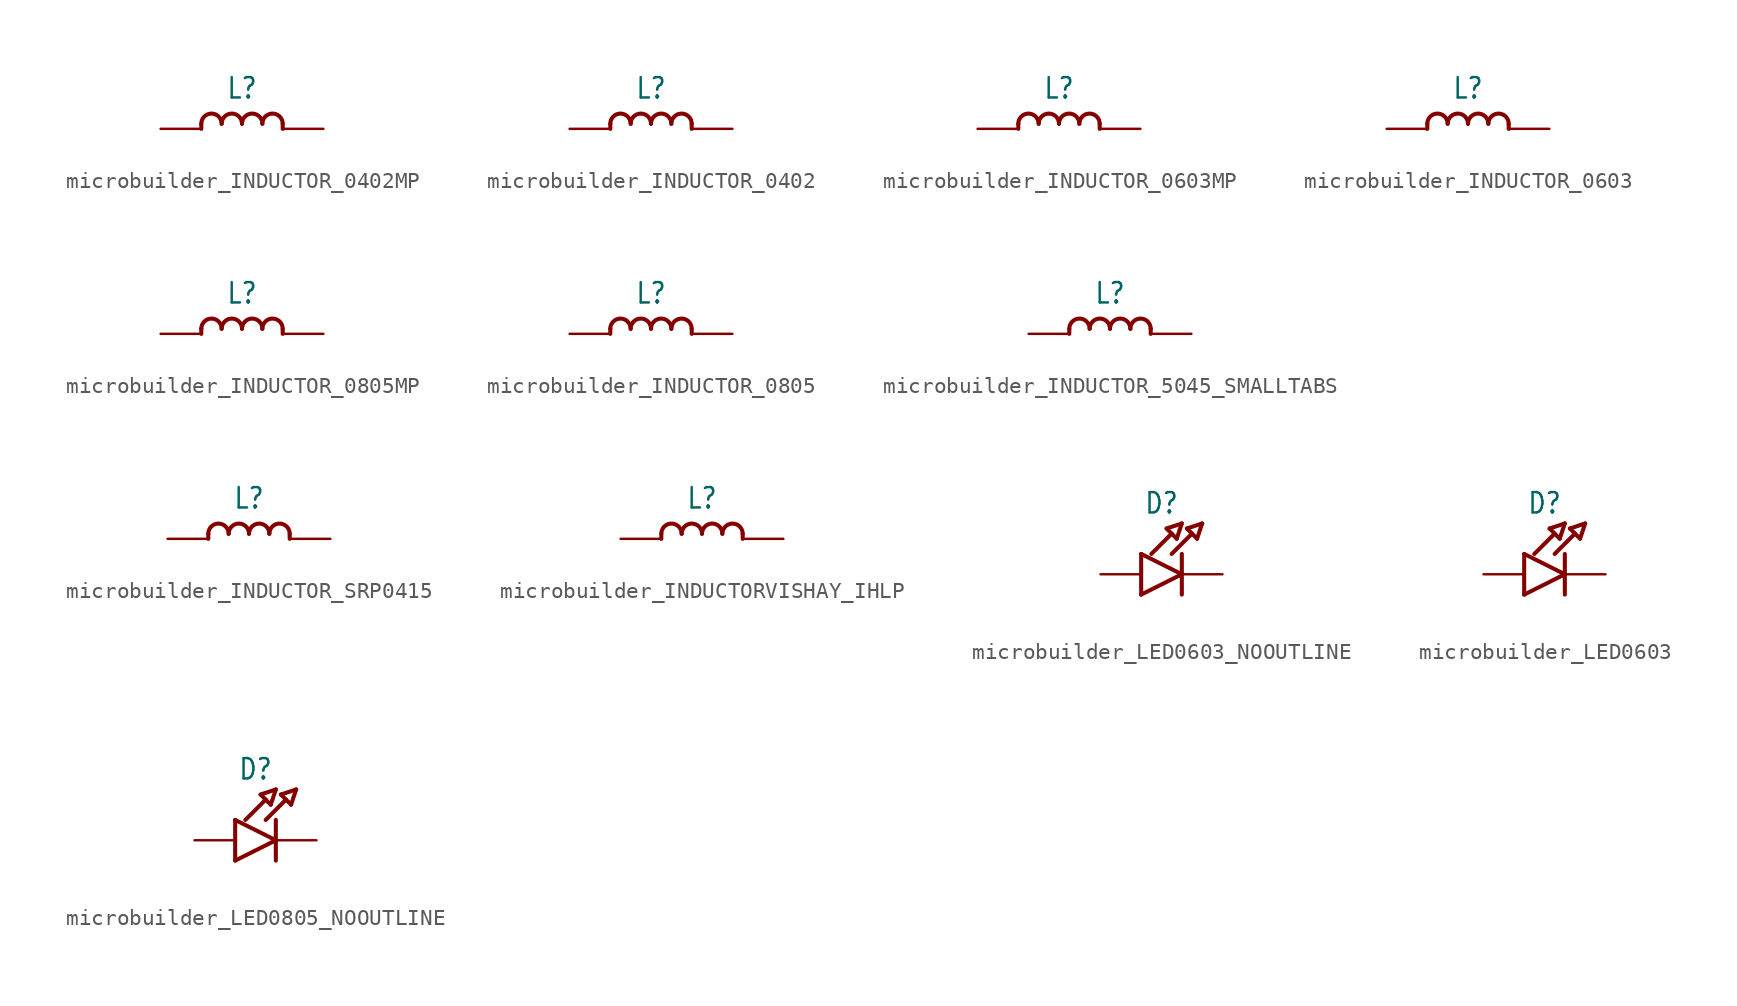
<source format=kicad_sym>
(kicad_symbol_lib
  (version 20241209)
  (generator "kicad_symbol_editor")
  (generator_version "9.0")
  (symbol "microbuilder_INDUCTOR_0402MP"
    (property "Reference" "L"
      (at 0 2.54 0)
      (effects (font (size 1.27 1.079))))
    (property "Value" ""
      (at 0 -1.54 0)
      (effects (font (size 1.27 1.079))))
    (property "ki_locked" ""
      (at 0 0 0)
      (effects (font (size 1.27 1.27))))
    (symbol "microbuilder_INDUCTOR_0402MP_1_0"
      (polyline (pts (xy -2.54 0.318) (xy -2.54 0)) (stroke (width 0.254) (type solid)) (fill (type none)))
      (arc (start -2.54 0.3175) (mid -1.9049 0.9524) (end -1.27 0.3173) (stroke (width 0.254) (type solid)) (fill (type none)))
      (arc (start -1.27 0.3175) (mid -0.6349 0.9524) (end 0 0.3173) (stroke (width 0.254) (type solid)) (fill (type none)))
      (arc (start 0 0.3175) (mid 0.6351 0.9524) (end 1.27 0.3173) (stroke (width 0.254) (type solid)) (fill (type none)))
      (arc (start 1.27 0.3175) (mid 1.9051 0.9524) (end 2.54 0.3173) (stroke (width 0.254) (type solid)) (fill (type none)))
      (polyline (pts (xy 2.54 0.318) (xy 2.54 0)) (stroke (width 0.254) (type solid)) (fill (type none)))
      (pin passive line (at -5.08 0 0) (length 2.54) (name "1" (effects (font (size 0 0)))) (number "1" (effects (font (size 0 0)))))
      (pin passive line (at 5.08 0 180) (length 2.54) (name "2" (effects (font (size 0 0)))) (number "2" (effects (font (size 0 0)))))))
  (symbol "microbuilder_INDUCTOR_0402"
    (property "Reference" "L"
      (at 0 2.54 0)
      (effects (font (size 1.27 1.079))))
    (property "Value" ""
      (at 0 -1.54 0)
      (effects (font (size 1.27 1.079))))
    (property "ki_locked" ""
      (at 0 0 0)
      (effects (font (size 1.27 1.27))))
    (symbol "microbuilder_INDUCTOR_0402_1_0"
      (polyline (pts (xy -2.54 0.318) (xy -2.54 0)) (stroke (width 0.254) (type solid)) (fill (type none)))
      (arc (start -2.54 0.3175) (mid -1.9049 0.9524) (end -1.27 0.3173) (stroke (width 0.254) (type solid)) (fill (type none)))
      (arc (start -1.27 0.3175) (mid -0.6349 0.9524) (end 0 0.3173) (stroke (width 0.254) (type solid)) (fill (type none)))
      (arc (start 0 0.3175) (mid 0.6351 0.9524) (end 1.27 0.3173) (stroke (width 0.254) (type solid)) (fill (type none)))
      (arc (start 1.27 0.3175) (mid 1.9051 0.9524) (end 2.54 0.3173) (stroke (width 0.254) (type solid)) (fill (type none)))
      (polyline (pts (xy 2.54 0.318) (xy 2.54 0)) (stroke (width 0.254) (type solid)) (fill (type none)))
      (pin passive line (at -5.08 0 0) (length 2.54) (name "1" (effects (font (size 0 0)))) (number "1" (effects (font (size 0 0)))))
      (pin passive line (at 5.08 0 180) (length 2.54) (name "2" (effects (font (size 0 0)))) (number "2" (effects (font (size 0 0)))))))
  (symbol "microbuilder_INDUCTOR_0603MP"
    (property "Reference" "L"
      (at 0 2.54 0)
      (effects (font (size 1.27 1.079))))
    (property "Value" ""
      (at 0 -1.54 0)
      (effects (font (size 1.27 1.079))))
    (property "ki_locked" ""
      (at 0 0 0)
      (effects (font (size 1.27 1.27))))
    (symbol "microbuilder_INDUCTOR_0603MP_1_0"
      (polyline (pts (xy -2.54 0.318) (xy -2.54 0)) (stroke (width 0.254) (type solid)) (fill (type none)))
      (arc (start -2.54 0.3175) (mid -1.9049 0.9524) (end -1.27 0.3173) (stroke (width 0.254) (type solid)) (fill (type none)))
      (arc (start -1.27 0.3175) (mid -0.6349 0.9524) (end 0 0.3173) (stroke (width 0.254) (type solid)) (fill (type none)))
      (arc (start 0 0.3175) (mid 0.6351 0.9524) (end 1.27 0.3173) (stroke (width 0.254) (type solid)) (fill (type none)))
      (arc (start 1.27 0.3175) (mid 1.9051 0.9524) (end 2.54 0.3173) (stroke (width 0.254) (type solid)) (fill (type none)))
      (polyline (pts (xy 2.54 0.318) (xy 2.54 0)) (stroke (width 0.254) (type solid)) (fill (type none)))
      (pin passive line (at -5.08 0 0) (length 2.54) (name "1" (effects (font (size 0 0)))) (number "1" (effects (font (size 0 0)))))
      (pin passive line (at 5.08 0 180) (length 2.54) (name "2" (effects (font (size 0 0)))) (number "2" (effects (font (size 0 0)))))))
  (symbol "microbuilder_INDUCTOR_0603"
    (property "Reference" "L"
      (at 0 2.54 0)
      (effects (font (size 1.27 1.079))))
    (property "Value" ""
      (at 0 -1.54 0)
      (effects (font (size 1.27 1.079))))
    (property "ki_locked" ""
      (at 0 0 0)
      (effects (font (size 1.27 1.27))))
    (symbol "microbuilder_INDUCTOR_0603_1_0"
      (polyline (pts (xy -2.54 0.318) (xy -2.54 0)) (stroke (width 0.254) (type solid)) (fill (type none)))
      (arc (start -2.54 0.3175) (mid -1.9049 0.9524) (end -1.27 0.3173) (stroke (width 0.254) (type solid)) (fill (type none)))
      (arc (start -1.27 0.3175) (mid -0.6349 0.9524) (end 0 0.3173) (stroke (width 0.254) (type solid)) (fill (type none)))
      (arc (start 0 0.3175) (mid 0.6351 0.9524) (end 1.27 0.3173) (stroke (width 0.254) (type solid)) (fill (type none)))
      (arc (start 1.27 0.3175) (mid 1.9051 0.9524) (end 2.54 0.3173) (stroke (width 0.254) (type solid)) (fill (type none)))
      (polyline (pts (xy 2.54 0.318) (xy 2.54 0)) (stroke (width 0.254) (type solid)) (fill (type none)))
      (pin passive line (at -5.08 0 0) (length 2.54) (name "1" (effects (font (size 0 0)))) (number "1" (effects (font (size 0 0)))))
      (pin passive line (at 5.08 0 180) (length 2.54) (name "2" (effects (font (size 0 0)))) (number "2" (effects (font (size 0 0)))))))
  (symbol "microbuilder_INDUCTOR_0805MP"
    (property "Reference" "L"
      (at 0 2.54 0)
      (effects (font (size 1.27 1.079))))
    (property "Value" ""
      (at 0 -1.54 0)
      (effects (font (size 1.27 1.079))))
    (property "ki_locked" ""
      (at 0 0 0)
      (effects (font (size 1.27 1.27))))
    (symbol "microbuilder_INDUCTOR_0805MP_1_0"
      (polyline (pts (xy -2.54 0.318) (xy -2.54 0)) (stroke (width 0.254) (type solid)) (fill (type none)))
      (arc (start -2.54 0.3175) (mid -1.9049 0.9524) (end -1.27 0.3173) (stroke (width 0.254) (type solid)) (fill (type none)))
      (arc (start -1.27 0.3175) (mid -0.6349 0.9524) (end 0 0.3173) (stroke (width 0.254) (type solid)) (fill (type none)))
      (arc (start 0 0.3175) (mid 0.6351 0.9524) (end 1.27 0.3173) (stroke (width 0.254) (type solid)) (fill (type none)))
      (arc (start 1.27 0.3175) (mid 1.9051 0.9524) (end 2.54 0.3173) (stroke (width 0.254) (type solid)) (fill (type none)))
      (polyline (pts (xy 2.54 0.318) (xy 2.54 0)) (stroke (width 0.254) (type solid)) (fill (type none)))
      (pin passive line (at -5.08 0 0) (length 2.54) (name "1" (effects (font (size 0 0)))) (number "1" (effects (font (size 0 0)))))
      (pin passive line (at 5.08 0 180) (length 2.54) (name "2" (effects (font (size 0 0)))) (number "2" (effects (font (size 0 0)))))))
  (symbol "microbuilder_INDUCTOR_0805"
    (property "Reference" "L"
      (at 0 2.54 0)
      (effects (font (size 1.27 1.079))))
    (property "Value" ""
      (at 0 -1.54 0)
      (effects (font (size 1.27 1.079))))
    (property "ki_locked" ""
      (at 0 0 0)
      (effects (font (size 1.27 1.27))))
    (symbol "microbuilder_INDUCTOR_0805_1_0"
      (polyline (pts (xy -2.54 0.318) (xy -2.54 0)) (stroke (width 0.254) (type solid)) (fill (type none)))
      (arc (start -2.54 0.3175) (mid -1.9049 0.9524) (end -1.27 0.3173) (stroke (width 0.254) (type solid)) (fill (type none)))
      (arc (start -1.27 0.3175) (mid -0.6349 0.9524) (end 0 0.3173) (stroke (width 0.254) (type solid)) (fill (type none)))
      (arc (start 0 0.3175) (mid 0.6351 0.9524) (end 1.27 0.3173) (stroke (width 0.254) (type solid)) (fill (type none)))
      (arc (start 1.27 0.3175) (mid 1.9051 0.9524) (end 2.54 0.3173) (stroke (width 0.254) (type solid)) (fill (type none)))
      (polyline (pts (xy 2.54 0.318) (xy 2.54 0)) (stroke (width 0.254) (type solid)) (fill (type none)))
      (pin passive line (at -5.08 0 0) (length 2.54) (name "1" (effects (font (size 0 0)))) (number "1" (effects (font (size 0 0)))))
      (pin passive line (at 5.08 0 180) (length 2.54) (name "2" (effects (font (size 0 0)))) (number "2" (effects (font (size 0 0)))))))
  (symbol "microbuilder_INDUCTOR_5045_SMALLTABS"
    (property "Reference" "L"
      (at 0 2.54 0)
      (effects (font (size 1.27 1.079))))
    (property "Value" ""
      (at 0 -1.54 0)
      (effects (font (size 1.27 1.079))))
    (property "ki_locked" ""
      (at 0 0 0)
      (effects (font (size 1.27 1.27))))
    (symbol "microbuilder_INDUCTOR_5045_SMALLTABS_1_0"
      (polyline (pts (xy -2.54 0.318) (xy -2.54 0)) (stroke (width 0.254) (type solid)) (fill (type none)))
      (arc (start -2.54 0.3175) (mid -1.9049 0.9524) (end -1.27 0.3173) (stroke (width 0.254) (type solid)) (fill (type none)))
      (arc (start -1.27 0.3175) (mid -0.6349 0.9524) (end 0 0.3173) (stroke (width 0.254) (type solid)) (fill (type none)))
      (arc (start 0 0.3175) (mid 0.6351 0.9524) (end 1.27 0.3173) (stroke (width 0.254) (type solid)) (fill (type none)))
      (arc (start 1.27 0.3175) (mid 1.9051 0.9524) (end 2.54 0.3173) (stroke (width 0.254) (type solid)) (fill (type none)))
      (polyline (pts (xy 2.54 0.318) (xy 2.54 0)) (stroke (width 0.254) (type solid)) (fill (type none)))
      (pin passive line (at -5.08 0 0) (length 2.54) (name "1" (effects (font (size 0 0)))) (number "1" (effects (font (size 0 0)))))
      (pin passive line (at 5.08 0 180) (length 2.54) (name "2" (effects (font (size 0 0)))) (number "2" (effects (font (size 0 0)))))))
  (symbol "microbuilder_INDUCTOR_SRP0415"
    (property "Reference" "L"
      (at 0 2.54 0)
      (effects (font (size 1.27 1.079))))
    (property "Value" ""
      (at 0 -1.54 0)
      (effects (font (size 1.27 1.079))))
    (property "ki_locked" ""
      (at 0 0 0)
      (effects (font (size 1.27 1.27))))
    (symbol "microbuilder_INDUCTOR_SRP0415_1_0"
      (polyline (pts (xy -2.54 0.318) (xy -2.54 0)) (stroke (width 0.254) (type solid)) (fill (type none)))
      (arc (start -2.54 0.3175) (mid -1.9049 0.9524) (end -1.27 0.3173) (stroke (width 0.254) (type solid)) (fill (type none)))
      (arc (start -1.27 0.3175) (mid -0.6349 0.9524) (end 0 0.3173) (stroke (width 0.254) (type solid)) (fill (type none)))
      (arc (start 0 0.3175) (mid 0.6351 0.9524) (end 1.27 0.3173) (stroke (width 0.254) (type solid)) (fill (type none)))
      (arc (start 1.27 0.3175) (mid 1.9051 0.9524) (end 2.54 0.3173) (stroke (width 0.254) (type solid)) (fill (type none)))
      (polyline (pts (xy 2.54 0.318) (xy 2.54 0)) (stroke (width 0.254) (type solid)) (fill (type none)))
      (pin passive line (at -5.08 0 0) (length 2.54) (name "1" (effects (font (size 0 0)))) (number "P$1" (effects (font (size 0 0)))))
      (pin passive line (at 5.08 0 180) (length 2.54) (name "2" (effects (font (size 0 0)))) (number "P$2" (effects (font (size 0 0)))))))
  (symbol "microbuilder_INDUCTORVISHAY_IHLP"
    (property "Reference" "L"
      (at 0 2.54 0)
      (effects (font (size 1.27 1.079))))
    (property "Value" ""
      (at 0 -1.54 0)
      (effects (font (size 1.27 1.079))))
    (property "ki_locked" ""
      (at 0 0 0)
      (effects (font (size 1.27 1.27))))
    (symbol "microbuilder_INDUCTORVISHAY_IHLP_1_0"
      (polyline (pts (xy -2.54 0.318) (xy -2.54 0)) (stroke (width 0.254) (type solid)) (fill (type none)))
      (arc (start -2.54 0.3175) (mid -1.9049 0.9524) (end -1.27 0.3173) (stroke (width 0.254) (type solid)) (fill (type none)))
      (arc (start -1.27 0.3175) (mid -0.6349 0.9524) (end 0 0.3173) (stroke (width 0.254) (type solid)) (fill (type none)))
      (arc (start 0 0.3175) (mid 0.6351 0.9524) (end 1.27 0.3173) (stroke (width 0.254) (type solid)) (fill (type none)))
      (arc (start 1.27 0.3175) (mid 1.9051 0.9524) (end 2.54 0.3173) (stroke (width 0.254) (type solid)) (fill (type none)))
      (polyline (pts (xy 2.54 0.318) (xy 2.54 0)) (stroke (width 0.254) (type solid)) (fill (type none)))
      (pin passive line (at -5.08 0 0) (length 2.54) (name "1" (effects (font (size 0 0)))) (number "1" (effects (font (size 0 0)))))
      (pin passive line (at 5.08 0 180) (length 2.54) (name "2" (effects (font (size 0 0)))) (number "2" (effects (font (size 0 0)))))))
  (symbol "microbuilder_LED0603_NOOUTLINE"
    (property "Reference" "D"
      (at -1.27 4.445 0)
      (effects (font (size 1.27 1.079))))
    (property "Value" ""
      (at -1.27 -2.794 0)
      (effects (font (size 1.27 1.079))))
    (property "ki_locked" ""
      (at 0 0 0)
      (effects (font (size 1.27 1.27))))
    (symbol "microbuilder_LED0603_NOOUTLINE_1_0"
      (polyline (pts (xy -2.54 1.27) (xy -2.54 -1.27)) (stroke (width 0.254) (type solid)) (fill (type none)))
      (polyline (pts (xy -2.54 -1.27) (xy 0 0)) (stroke (width 0.254) (type solid)) (fill (type none)))
      (polyline (pts (xy -1.905 1.27) (xy -0.635 2.54)) (stroke (width 0.254) (type solid)) (fill (type none)))
      (polyline (pts (xy -0.953 2.857) (xy -0.318 2.223)) (stroke (width 0.254) (type solid)) (fill (type none)))
      (polyline (pts (xy -0.635 1.27) (xy 0.635 2.54)) (stroke (width 0.254) (type solid)) (fill (type none)))
      (polyline (pts (xy -0.318 2.223) (xy 0 3.175)) (stroke (width 0.254) (type solid)) (fill (type none)))
      (polyline (pts (xy 0 3.175) (xy -0.953 2.857)) (stroke (width 0.254) (type solid)) (fill (type none)))
      (polyline (pts (xy 0 1.27) (xy 0 0)) (stroke (width 0.254) (type solid)) (fill (type none)))
      (polyline (pts (xy 0 0) (xy -2.54 1.27)) (stroke (width 0.254) (type solid)) (fill (type none)))
      (polyline (pts (xy 0 0) (xy 0 -1.27)) (stroke (width 0.254) (type solid)) (fill (type none)))
      (polyline (pts (xy 0.318 2.857) (xy 0.953 2.223)) (stroke (width 0.254) (type solid)) (fill (type none)))
      (polyline (pts (xy 0.953 2.223) (xy 1.27 3.175)) (stroke (width 0.254) (type solid)) (fill (type none)))
      (polyline (pts (xy 1.27 3.175) (xy 0.318 2.857)) (stroke (width 0.254) (type solid)) (fill (type none)))
      (pin passive line (at -5.08 0 0) (length 2.54) (name "A" (effects (font (size 0 0)))) (number "A" (effects (font (size 0 0)))))
      (pin passive line (at 2.54 0 180) (length 2.54) (name "C" (effects (font (size 0 0)))) (number "C" (effects (font (size 0 0)))))))
  (symbol "microbuilder_LED0603"
    (property "Reference" "D"
      (at -1.27 4.445 0)
      (effects (font (size 1.27 1.079))))
    (property "Value" ""
      (at -1.27 -2.794 0)
      (effects (font (size 1.27 1.079))))
    (property "ki_locked" ""
      (at 0 0 0)
      (effects (font (size 1.27 1.27))))
    (symbol "microbuilder_LED0603_1_0"
      (polyline (pts (xy -2.54 1.27) (xy -2.54 -1.27)) (stroke (width 0.254) (type solid)) (fill (type none)))
      (polyline (pts (xy -2.54 -1.27) (xy 0 0)) (stroke (width 0.254) (type solid)) (fill (type none)))
      (polyline (pts (xy -1.905 1.27) (xy -0.635 2.54)) (stroke (width 0.254) (type solid)) (fill (type none)))
      (polyline (pts (xy -0.953 2.857) (xy -0.318 2.223)) (stroke (width 0.254) (type solid)) (fill (type none)))
      (polyline (pts (xy -0.635 1.27) (xy 0.635 2.54)) (stroke (width 0.254) (type solid)) (fill (type none)))
      (polyline (pts (xy -0.318 2.223) (xy 0 3.175)) (stroke (width 0.254) (type solid)) (fill (type none)))
      (polyline (pts (xy 0 3.175) (xy -0.953 2.857)) (stroke (width 0.254) (type solid)) (fill (type none)))
      (polyline (pts (xy 0 1.27) (xy 0 0)) (stroke (width 0.254) (type solid)) (fill (type none)))
      (polyline (pts (xy 0 0) (xy -2.54 1.27)) (stroke (width 0.254) (type solid)) (fill (type none)))
      (polyline (pts (xy 0 0) (xy 0 -1.27)) (stroke (width 0.254) (type solid)) (fill (type none)))
      (polyline (pts (xy 0.318 2.857) (xy 0.953 2.223)) (stroke (width 0.254) (type solid)) (fill (type none)))
      (polyline (pts (xy 0.953 2.223) (xy 1.27 3.175)) (stroke (width 0.254) (type solid)) (fill (type none)))
      (polyline (pts (xy 1.27 3.175) (xy 0.318 2.857)) (stroke (width 0.254) (type solid)) (fill (type none)))
      (pin passive line (at -5.08 0 0) (length 2.54) (name "A" (effects (font (size 0 0)))) (number "A" (effects (font (size 0 0)))))
      (pin passive line (at 2.54 0 180) (length 2.54) (name "C" (effects (font (size 0 0)))) (number "C" (effects (font (size 0 0)))))))
  (symbol "microbuilder_LED0805_NOOUTLINE"
    (property "Reference" "D"
      (at -1.27 4.445 0)
      (effects (font (size 1.27 1.079))))
    (property "Value" ""
      (at -1.27 -2.794 0)
      (effects (font (size 1.27 1.079))))
    (property "ki_locked" ""
      (at 0 0 0)
      (effects (font (size 1.27 1.27))))
    (symbol "microbuilder_LED0805_NOOUTLINE_1_0"
      (polyline (pts (xy -2.54 1.27) (xy -2.54 -1.27)) (stroke (width 0.254) (type solid)) (fill (type none)))
      (polyline (pts (xy -2.54 -1.27) (xy 0 0)) (stroke (width 0.254) (type solid)) (fill (type none)))
      (polyline (pts (xy -1.905 1.27) (xy -0.635 2.54)) (stroke (width 0.254) (type solid)) (fill (type none)))
      (polyline (pts (xy -0.953 2.857) (xy -0.318 2.223)) (stroke (width 0.254) (type solid)) (fill (type none)))
      (polyline (pts (xy -0.635 1.27) (xy 0.635 2.54)) (stroke (width 0.254) (type solid)) (fill (type none)))
      (polyline (pts (xy -0.318 2.223) (xy 0 3.175)) (stroke (width 0.254) (type solid)) (fill (type none)))
      (polyline (pts (xy 0 3.175) (xy -0.953 2.857)) (stroke (width 0.254) (type solid)) (fill (type none)))
      (polyline (pts (xy 0 1.27) (xy 0 0)) (stroke (width 0.254) (type solid)) (fill (type none)))
      (polyline (pts (xy 0 0) (xy -2.54 1.27)) (stroke (width 0.254) (type solid)) (fill (type none)))
      (polyline (pts (xy 0 0) (xy 0 -1.27)) (stroke (width 0.254) (type solid)) (fill (type none)))
      (polyline (pts (xy 0.318 2.857) (xy 0.953 2.223)) (stroke (width 0.254) (type solid)) (fill (type none)))
      (polyline (pts (xy 0.953 2.223) (xy 1.27 3.175)) (stroke (width 0.254) (type solid)) (fill (type none)))
      (polyline (pts (xy 1.27 3.175) (xy 0.318 2.857)) (stroke (width 0.254) (type solid)) (fill (type none)))
      (pin passive line (at -5.08 0 0) (length 2.54) (name "A" (effects (font (size 0 0)))) (number "A" (effects (font (size 0 0)))))
      (pin passive line (at 2.54 0 180) (length 2.54) (name "C" (effects (font (size 0 0)))) (number "C" (effects (font (size 0 0))))))))
</source>
